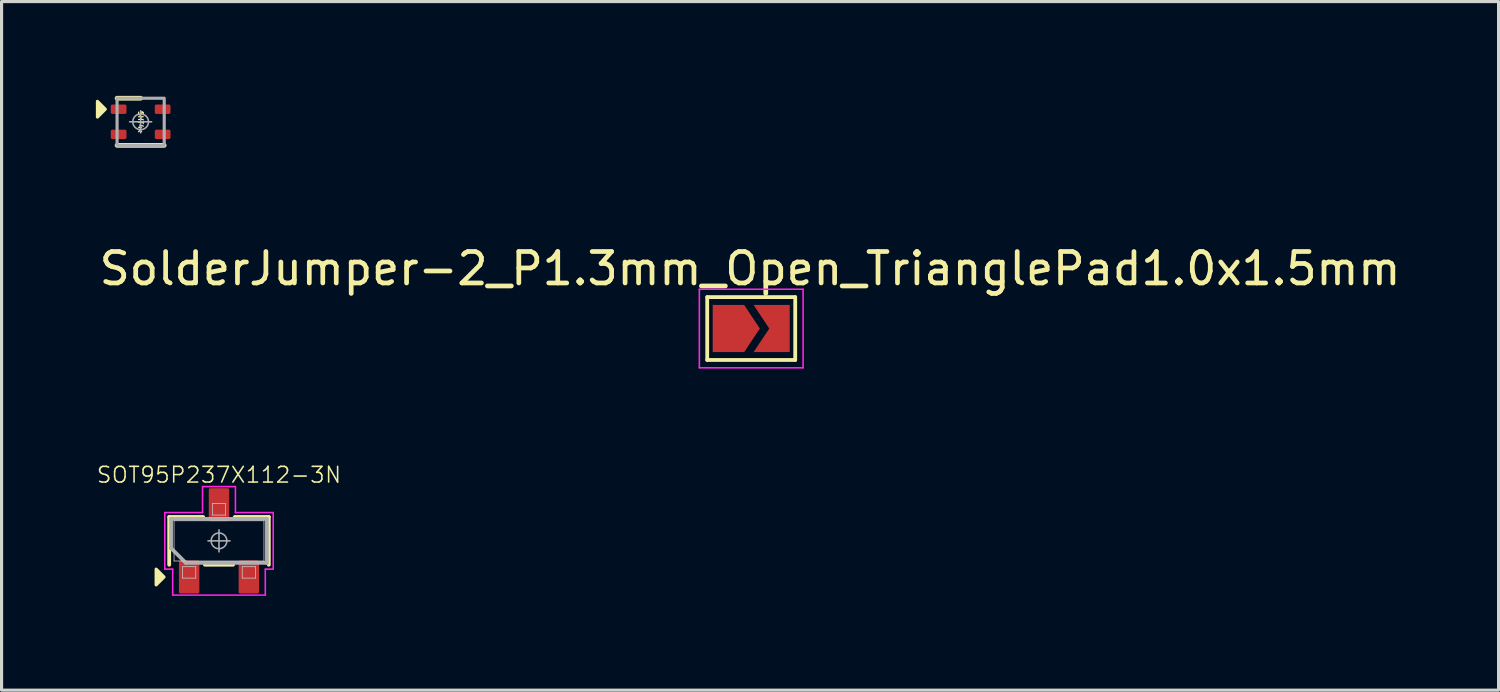
<source format=kicad_pcb>
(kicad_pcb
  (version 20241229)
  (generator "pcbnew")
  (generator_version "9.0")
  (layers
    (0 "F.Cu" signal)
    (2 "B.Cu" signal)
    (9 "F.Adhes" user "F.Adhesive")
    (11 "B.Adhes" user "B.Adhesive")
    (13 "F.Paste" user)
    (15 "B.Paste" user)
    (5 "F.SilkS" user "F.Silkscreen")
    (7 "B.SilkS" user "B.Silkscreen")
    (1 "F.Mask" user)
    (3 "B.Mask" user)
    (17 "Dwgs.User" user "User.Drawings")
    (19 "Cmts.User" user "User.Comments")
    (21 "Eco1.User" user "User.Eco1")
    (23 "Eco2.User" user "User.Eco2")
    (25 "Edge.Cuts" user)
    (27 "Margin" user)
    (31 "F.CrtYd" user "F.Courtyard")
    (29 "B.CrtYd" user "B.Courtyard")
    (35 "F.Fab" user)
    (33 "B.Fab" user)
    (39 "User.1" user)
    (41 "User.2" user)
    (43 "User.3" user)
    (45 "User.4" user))
  (footprint "SHT4x"
    (layer "F.Cu")
    (at 1.425 0.825)
    (property "Reference" "SHT4x" (at 0 0 270) (unlocked yes) (layer "F.SilkS") (effects (font (size 0.15 0.15) (thickness 0.037) (bold yes))))
    (attr smd)
    (fp_line (start -0.75 -0.75) (end 0 -0.75) (stroke (width 0.15) (type default)) (layer "F.SilkS"))
    (fp_line (start 0.75 0.75) (end -0.75 0.75) (stroke (width 0.15) (type default)) (layer "F.SilkS"))
    (fp_poly (pts (xy -1.125 -0.4) (xy -1.375 -0.15) (xy -1.375 -0.65)) (stroke (width 0.1) (type solid)) (fill yes) (layer "F.SilkS"))
    (fp_line (start 0 0.35) (end 0 -0.35) (stroke (width 0.05) (type solid)) (layer "F.Fab"))
    (fp_line (start 0.35 0) (end -0.35 0) (stroke (width 0.05) (type solid)) (layer "F.Fab"))
    (fp_rect (start -0.75 -0.75) (end 0.75 0.75) (stroke (width 0.1) (type default)) (fill no) (layer "F.Fab"))
    (fp_circle (center 0 0) (end 0.25 0) (stroke (width 0.05) (type solid)) (fill no) (layer "F.Fab"))
    (pad "1" smd roundrect (at -0.7 -0.4) (size 0.5 0.3) (layers "F.Cu" "F.Mask" "F.Paste") (roundrect_rratio 0.167))
    (pad "2" smd roundrect (at -0.7 0.4) (size 0.5 0.3) (layers "F.Cu" "F.Mask" "F.Paste") (roundrect_rratio 0.167))
    (pad "3" smd roundrect (at 0.7 0.4) (size 0.5 0.3) (layers "F.Cu" "F.Mask" "F.Paste") (roundrect_rratio 0.167))
    (pad "4" smd roundrect (at 0.7 -0.4) (size 0.5 0.3) (layers "F.Cu" "F.Mask" "F.Paste") (roundrect_rratio 0.167)))
  (footprint "SolderJumper-2_P1.3mm_Open_TrianglePad1.0x1.5mm"
    (layer "F.Cu")
    (at 20.852 7.403)
    (property "Reference" "SolderJumper-2_P1.3mm_Open_TrianglePad1.0x1.5mm" (at -0.037 -1.905 180) (layer "F.SilkS") (effects (font (size 1 1) (thickness 0.15))))
    (attr board_only exclude_from_pos_files exclude_from_bom dnp)
    (fp_line (start -1.4 -1) (end 1.4 -1) (stroke (width 0.12) (type solid)) (layer "F.SilkS"))
    (fp_line (start -1.4 1) (end -1.4 -1) (stroke (width 0.12) (type solid)) (layer "F.SilkS"))
    (fp_line (start 1.4 -1) (end 1.4 1) (stroke (width 0.12) (type solid)) (layer "F.SilkS"))
    (fp_line (start 1.4 1) (end -1.4 1) (stroke (width 0.12) (type solid)) (layer "F.SilkS"))
    (fp_line (start -1.65 -1.25) (end -1.65 1.25) (stroke (width 0.05) (type solid)) (layer "F.CrtYd"))
    (fp_line (start -1.65 -1.25) (end 1.65 -1.25) (stroke (width 0.05) (type solid)) (layer "F.CrtYd"))
    (fp_line (start 1.65 1.25) (end -1.65 1.25) (stroke (width 0.05) (type solid)) (layer "F.CrtYd"))
    (fp_line (start 1.65 1.25) (end 1.65 -1.25) (stroke (width 0.05) (type solid)) (layer "F.CrtYd"))
    (pad "1" smd custom (at -0.725 0) (size 0.3 0.3) (layers "F.Cu" "F.Mask") (options (anchor rect)) (primitives (gr_poly (pts (xy 1 0) (xy 0.5 0.75) (xy -0.5 0.75) (xy -0.5 -0.75) (xy 0.5 -0.75)) (width 0) (fill yes))))
    (pad "2" smd custom (at 0.725 0) (size 0.3 0.3) (layers "F.Cu" "F.Mask") (options (anchor rect)) (primitives (gr_poly (pts (xy 0.5 0.75) (xy -0.65 0.75) (xy -0.15 0) (xy -0.65 -0.75) (xy 0.5 -0.75)) (width 0) (fill yes)))))
  (footprint "SOT95P237X112-3N"
    (layer "F.Cu")
    (at 3.918 14.159)
    (property "Reference" "SOT95P237X112-3N" (at 0 -2.1 180) (layer "F.SilkS") (effects (font (size 0.5 0.5) (thickness 0.05))))
    (attr smd)
    (fp_line (start -1.585 -0.76) (end -0.502 -0.76) (stroke (width 0.12) (type solid)) (layer "F.SilkS"))
    (fp_line (start -1.585 0.76) (end -1.585 -0.76) (stroke (width 0.12) (type solid)) (layer "F.SilkS"))
    (fp_line (start 0.448 0.76) (end -0.448 0.76) (stroke (width 0.12) (type solid)) (layer "F.SilkS"))
    (fp_line (start 0.502 -0.76) (end 1.585 -0.76) (stroke (width 0.12) (type solid)) (layer "F.SilkS"))
    (fp_line (start 1.585 -0.76) (end 1.585 0.76) (stroke (width 0.12) (type solid)) (layer "F.SilkS"))
    (fp_poly (pts (xy -1.75 1.15) (xy -2 1.4) (xy -2 0.9)) (stroke (width 0.1) (type solid)) (fill yes) (layer "F.SilkS"))
    (fp_line (start -1.43 -0.64) (end 1.43 -0.64) (stroke (width 0.025) (type solid)) (layer "Dwgs.User"))
    (fp_line (start -1.43 0.64) (end -1.43 -0.64) (stroke (width 0.025) (type solid)) (layer "Dwgs.User"))
    (fp_line (start -1.16 0.821) (end -0.74 0.821) (stroke (width 0.025) (type solid)) (layer "Dwgs.User"))
    (fp_line (start -1.16 1.185) (end -1.16 0.821) (stroke (width 0.025) (type solid)) (layer "Dwgs.User"))
    (fp_line (start -0.74 0.821) (end -0.74 1.185) (stroke (width 0.025) (type solid)) (layer "Dwgs.User"))
    (fp_line (start -0.74 1.185) (end -1.16 1.185) (stroke (width 0.025) (type solid)) (layer "Dwgs.User"))
    (fp_line (start -0.21 -1.185) (end 0.21 -1.185) (stroke (width 0.025) (type solid)) (layer "Dwgs.User"))
    (fp_line (start -0.21 -0.821) (end -0.21 -1.185) (stroke (width 0.025) (type solid)) (layer "Dwgs.User"))
    (fp_line (start 0.21 -1.185) (end 0.21 -0.821) (stroke (width 0.025) (type solid)) (layer "Dwgs.User"))
    (fp_line (start 0.21 -0.821) (end -0.21 -0.821) (stroke (width 0.025) (type solid)) (layer "Dwgs.User"))
    (fp_line (start 0.74 0.821) (end 1.16 0.821) (stroke (width 0.025) (type solid)) (layer "Dwgs.User"))
    (fp_line (start 0.74 1.185) (end 0.74 0.821) (stroke (width 0.025) (type solid)) (layer "Dwgs.User"))
    (fp_line (start 1.16 0.821) (end 1.16 1.185) (stroke (width 0.025) (type solid)) (layer "Dwgs.User"))
    (fp_line (start 1.16 1.185) (end 0.74 1.185) (stroke (width 0.025) (type solid)) (layer "Dwgs.User"))
    (fp_line (start 1.43 -0.64) (end 1.43 0.64) (stroke (width 0.025) (type solid)) (layer "Dwgs.User"))
    (fp_line (start 1.43 0.64) (end -1.43 0.64) (stroke (width 0.025) (type solid)) (layer "Dwgs.User"))
    (fp_line (start -1.725 -0.9) (end -1.725 0.9) (stroke (width 0.05) (type solid)) (layer "F.CrtYd"))
    (fp_line (start -1.725 0.9) (end -1.473 0.9) (stroke (width 0.05) (type solid)) (layer "F.CrtYd"))
    (fp_line (start -1.473 0.9) (end -1.473 1.726) (stroke (width 0.05) (type solid)) (layer "F.CrtYd"))
    (fp_line (start -1.473 1.726) (end 1.473 1.726) (stroke (width 0.05) (type solid)) (layer "F.CrtYd"))
    (fp_line (start -0.523 -1.726) (end -0.523 -0.9) (stroke (width 0.05) (type solid)) (layer "F.CrtYd"))
    (fp_line (start -0.523 -0.9) (end -1.725 -0.9) (stroke (width 0.05) (type solid)) (layer "F.CrtYd"))
    (fp_line (start 0.523 -1.726) (end -0.523 -1.726) (stroke (width 0.05) (type solid)) (layer "F.CrtYd"))
    (fp_line (start 0.523 -0.9) (end 0.523 -1.726) (stroke (width 0.05) (type solid)) (layer "F.CrtYd"))
    (fp_line (start 1.473 0.9) (end 1.725 0.9) (stroke (width 0.05) (type solid)) (layer "F.CrtYd"))
    (fp_line (start 1.473 1.726) (end 1.473 0.9) (stroke (width 0.05) (type solid)) (layer "F.CrtYd"))
    (fp_line (start 1.725 -0.9) (end 0.523 -0.9) (stroke (width 0.05) (type solid)) (layer "F.CrtYd"))
    (fp_line (start 1.725 0.9) (end 1.725 -0.9) (stroke (width 0.05) (type solid)) (layer "F.CrtYd"))
    (fp_line (start -1.525 -0.7) (end 1.525 -0.7) (stroke (width 0.12) (type solid)) (layer "F.Fab"))
    (fp_line (start -1.525 0.233) (end -1.525 -0.7) (stroke (width 0.12) (type solid)) (layer "F.Fab"))
    (fp_line (start -1.058 0.7) (end -1.525 0.233) (stroke (width 0.12) (type solid)) (layer "F.Fab"))
    (fp_line (start -0.35 0) (end 0.35 0) (stroke (width 0.05) (type solid)) (layer "F.Fab"))
    (fp_line (start 0 -0.35) (end 0 0.35) (stroke (width 0.05) (type solid)) (layer "F.Fab"))
    (fp_line (start 1.525 -0.7) (end 1.525 0.7) (stroke (width 0.12) (type solid)) (layer "F.Fab"))
    (fp_line (start 1.525 0.7) (end -1.058 0.7) (stroke (width 0.12) (type solid)) (layer "F.Fab"))
    (fp_circle (center 0 0) (end 0.25 0) (stroke (width 0.05) (type solid)) (fill no) (layer "F.Fab"))
    (pad "1" smd roundrect (at -0.95 1.15) (size 0.65 1.05) (layers "F.Cu" "F.Mask" "F.Paste") (roundrect_rratio 0.077))
    (pad "2" smd roundrect (at 0.95 1.15) (size 0.65 1.05) (layers "F.Cu" "F.Mask" "F.Paste") (roundrect_rratio 0.077))
    (pad "3" smd roundrect (at 0 -1.15) (size 0.65 1.05) (layers "F.Cu" "F.Mask" "F.Paste") (roundrect_rratio 0.077)))
  (gr_rect
    (start -3 -3)
    (end 44.631 18.91)
    (stroke (width 0.1) (type default))
    (fill no)
    (layer "Edge.Cuts")))
</source>
